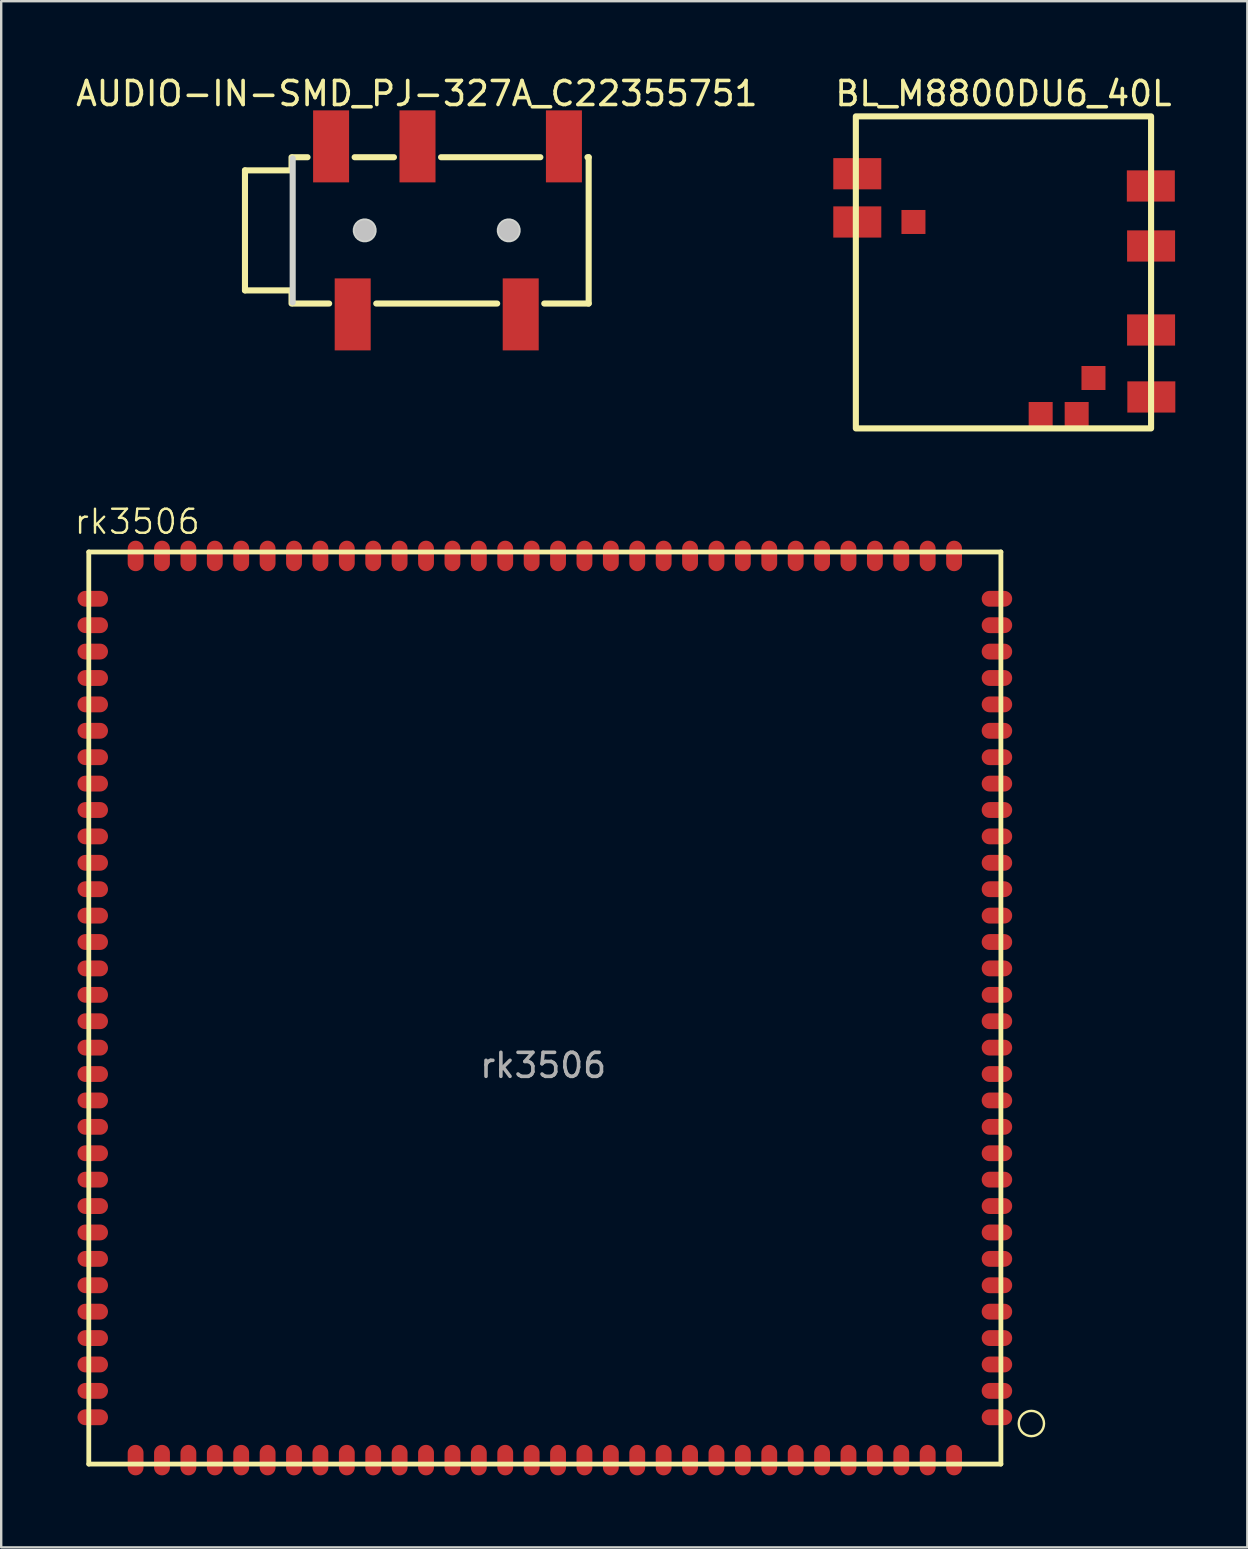
<source format=kicad_pcb>
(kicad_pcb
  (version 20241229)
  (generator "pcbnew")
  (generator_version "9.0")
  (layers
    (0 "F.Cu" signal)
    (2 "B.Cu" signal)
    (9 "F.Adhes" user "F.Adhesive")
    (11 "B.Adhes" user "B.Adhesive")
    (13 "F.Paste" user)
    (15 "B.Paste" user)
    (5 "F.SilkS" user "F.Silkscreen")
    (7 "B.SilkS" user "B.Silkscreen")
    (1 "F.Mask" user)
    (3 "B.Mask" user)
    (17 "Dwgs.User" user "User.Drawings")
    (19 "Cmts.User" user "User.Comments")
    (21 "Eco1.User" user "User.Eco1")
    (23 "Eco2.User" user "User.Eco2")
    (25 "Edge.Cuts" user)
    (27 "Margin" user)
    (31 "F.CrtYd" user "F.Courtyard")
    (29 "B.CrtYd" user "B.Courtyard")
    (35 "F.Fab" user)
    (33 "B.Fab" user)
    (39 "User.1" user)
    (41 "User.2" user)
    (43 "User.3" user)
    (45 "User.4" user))
  (footprint "BL_M8800DU6_40L"
    (layer "F.Cu")
    (at 32.606 1.798)
    (property "Reference" "BL_M8800DU6_40L" (at 6.15 -0.95 0) (layer "F.SilkS") (effects (font (size 1 1) (thickness 0.15))))
    (fp_rect (start 0 0) (end 12.3 13) (stroke (width 0.254) (type solid)) (fill no) (layer "F.SilkS"))
    (pad "1" smd rect (at 0.06 2.39) (size 2 1.3) (layers "F.Cu" "F.Mask" "F.Paste"))
    (pad "2" smd rect (at 0.06 4.4) (size 2 1.3) (layers "F.Cu" "F.Mask" "F.Paste"))
    (pad "3" smd rect (at 12.31 11.69) (size 2 1.3) (layers "F.Cu" "F.Mask" "F.Paste"))
    (pad "4" smd rect (at 12.3 8.9) (size 2 1.3) (layers "F.Cu" "F.Mask" "F.Paste"))
    (pad "5" smd rect (at 12.3 5.4) (size 2 1.3) (layers "F.Cu" "F.Mask" "F.Paste"))
    (pad "6" smd rect (at 12.29 2.9) (size 2 1.3) (layers "F.Cu" "F.Mask" "F.Paste"))
    (pad "7" smd rect (at 2.4 4.4) (size 1 1) (layers "F.Cu" "F.Mask" "F.Paste"))
    (pad "8" smd rect (at 9.9 10.9) (size 1 1) (layers "F.Cu" "F.Mask" "F.Paste"))
    (pad "9" smd rect (at 7.7 12.4) (size 1 1) (layers "F.Cu" "F.Mask" "F.Paste"))
    (pad "10" smd rect (at 9.2 12.4) (size 1 1) (layers "F.Cu" "F.Mask" "F.Paste")))
  (footprint "AUDIO-IN-SMD_PJ-327A_C22355751"
    (layer "F.Cu")
    (at 15.594 6.548)
    (property "Reference" "AUDIO-IN-SMD_PJ-327A_C22355751" (at -1.278 -5.7 0) (layer "F.SilkS") (effects (font (size 1 1) (thickness 0.15))))
    (fp_line (start -8.438 -2.5) (end -8.438 2.5) (stroke (width 0.254) (type default)) (layer "F.SilkS"))
    (fp_line (start -8.438 -2.5) (end -6.498 -2.5) (stroke (width 0.254) (type default)) (layer "F.SilkS"))
    (fp_line (start -8.438 2.5) (end -6.498 2.5) (stroke (width 0.254) (type default)) (layer "F.SilkS"))
    (fp_line (start -6.498 -2.5) (end -6.498 -3.048) (stroke (width 0.254) (type default)) (layer "F.SilkS"))
    (fp_line (start -6.498 2.5) (end -6.498 3.048) (stroke (width 0.254) (type default)) (layer "F.SilkS"))
    (fp_line (start -6.438 -3.048) (end -5.831 -3.048) (stroke (width 0.254) (type default)) (layer "F.SilkS"))
    (fp_line (start -4.931 3.048) (end -6.438 3.048) (stroke (width 0.254) (type default)) (layer "F.SilkS"))
    (fp_line (start -3.869 -3.048) (end -2.231 -3.048) (stroke (width 0.254) (type default)) (layer "F.SilkS"))
    (fp_line (start -0.269 -3.048) (end 3.869 -3.048) (stroke (width 0.254) (type default)) (layer "F.SilkS"))
    (fp_line (start 2.069 3.048) (end -2.969 3.048) (stroke (width 0.254) (type default)) (layer "F.SilkS"))
    (fp_line (start 5.831 -3.048) (end 5.881 -3.048) (stroke (width 0.254) (type default)) (layer "F.SilkS"))
    (fp_line (start 5.881 -3.048) (end 5.881 3.048) (stroke (width 0.254) (type default)) (layer "F.SilkS"))
    (fp_line (start 5.881 3.048) (end 4.031 3.048) (stroke (width 0.254) (type default)) (layer "F.SilkS"))
    (fp_circle (center -3.45 0) (end -3.237 0) (stroke (width 0.425) (type default)) (fill no) (layer "Dwgs.User"))
    (fp_circle (center 2.55 0) (end 2.763 0) (stroke (width 0.425) (type default)) (fill no) (layer "Dwgs.User"))
    (fp_line (start -6.45 -3) (end -6.45 3) (stroke (width 0.254) (type default)) (layer "Edge.Cuts"))
    (fp_poly (pts (xy -2.954 -0.065) (xy -2.988 -0.191) (xy -3.053 -0.304) (xy -3.146 -0.397) (xy -3.259 -0.462) (xy -3.385 -0.496) (xy -3.515 -0.496) (xy -3.641 -0.462) (xy -3.754 -0.397) (xy -3.847 -0.304) (xy -3.912 -0.191) (xy -3.946 -0.065) (xy -3.946 0.065) (xy -3.912 0.191) (xy -3.847 0.304) (xy -3.754 0.397) (xy -3.641 0.462) (xy -3.515 0.496) (xy -3.385 0.496) (xy -3.259 0.462) (xy -3.146 0.397) (xy -3.053 0.304) (xy -2.988 0.191) (xy -2.954 0.065)) (stroke (width 0) (type default)) (fill yes) (layer "Edge.Cuts"))
    (fp_poly (pts (xy 3.046 -0.065) (xy 3.012 -0.191) (xy 2.947 -0.304) (xy 2.854 -0.397) (xy 2.741 -0.462) (xy 2.615 -0.496) (xy 2.485 -0.496) (xy 2.359 -0.462) (xy 2.246 -0.397) (xy 2.153 -0.304) (xy 2.088 -0.191) (xy 2.054 -0.065) (xy 2.054 0.065) (xy 2.088 0.191) (xy 2.153 0.304) (xy 2.246 0.397) (xy 2.359 0.462) (xy 2.485 0.496) (xy 2.615 0.496) (xy 2.741 0.462) (xy 2.854 0.397) (xy 2.947 0.304) (xy 3.012 0.191) (xy 3.046 0.065)) (stroke (width 0) (type default)) (fill yes) (layer "Edge.Cuts"))
    (fp_poly (pts (xy -5.35 -4.6) (xy -4.35 -4.6) (xy -4.35 -2.6) (xy -5.35 -2.6)) (stroke (width 0.1) (type default)) (fill no) (layer "User.1"))
    (fp_poly (pts (xy -4.45 2.6) (xy -3.45 2.6) (xy -3.45 4.6) (xy -4.45 4.6)) (stroke (width 0.1) (type default)) (fill no) (layer "User.1"))
    (fp_poly (pts (xy -1.75 -4.6) (xy -0.75 -4.6) (xy -0.75 -2.6) (xy -1.75 -2.6)) (stroke (width 0.1) (type default)) (fill no) (layer "User.1"))
    (fp_poly (pts (xy 2.55 2.6) (xy 3.55 2.6) (xy 3.55 4.6) (xy 2.55 4.6)) (stroke (width 0.1) (type default)) (fill no) (layer "User.1"))
    (fp_poly (pts (xy 4.35 -4.6) (xy 5.35 -4.6) (xy 5.35 -2.6) (xy 4.35 -2.6)) (stroke (width 0.1) (type default)) (fill no) (layer "User.1"))
    (fp_line (start -8.438 -2.5) (end -8.438 2.5) (stroke (width 0.051) (type default)) (layer "User.2"))
    (fp_line (start -8.438 2.5) (end -6.438 2.5) (stroke (width 0.051) (type default)) (layer "User.2"))
    (fp_line (start -6.438 -3) (end -6.438 -2.5) (stroke (width 0.051) (type default)) (layer "User.2"))
    (fp_line (start -6.438 -2.5) (end -8.438 -2.5) (stroke (width 0.051) (type default)) (layer "User.2"))
    (fp_line (start -6.438 2.5) (end -6.438 3) (stroke (width 0.051) (type default)) (layer "User.2"))
    (fp_line (start -6.438 3) (end 5.662 3) (stroke (width 0.051) (type default)) (layer "User.2"))
    (fp_line (start 5.662 -3) (end -6.438 -3) (stroke (width 0.051) (type default)) (layer "User.2"))
    (fp_line (start 5.662 3) (end 5.662 -3) (stroke (width 0.051) (type default)) (layer "User.2"))
    (fp_poly (pts (xy -8.383 -4.623) (xy -8.415 -4.655) (xy -8.461 -4.655) (xy -8.493 -4.623) (xy -8.493 -4.577) (xy -8.461 -4.545) (xy -8.415 -4.545) (xy -8.383 -4.577)) (stroke (width 0.1) (type default)) (fill no) (layer "User.3"))
    (pad "1" smd rect (at -4.85 -3.5) (size 1.5 3) (layers "F.Cu" "F.Mask" "F.Paste"))
    (pad "2" smd rect (at -1.25 -3.5) (size 1.5 3) (layers "F.Cu" "F.Mask" "F.Paste"))
    (pad "3" smd rect (at 3.05 3.5) (size 1.5 3) (layers "F.Cu" "F.Mask" "F.Paste"))
    (pad "4" smd rect (at 4.85 -3.5) (size 1.5 3) (layers "F.Cu" "F.Mask" "F.Paste"))
    (pad "5" smd rect (at -3.95 3.5) (size 1.5 3) (layers "F.Cu" "F.Mask" "F.Paste")))
  (footprint "rk3506"
    (layer "F.Cu")
    (at 19.629 38.996)
    (property "Reference" "rk3506" (at -16.96 -20.31 0) (unlocked yes) (layer "F.SilkS") (effects (font (size 1 1) (thickness 0.1))))
    (fp_line (start -18.98 -19.05) (end -18.98 18.95) (stroke (width 0.2) (type solid)) (layer "F.SilkS"))
    (fp_line (start -18.98 -19.05) (end 19.02 -19.05) (stroke (width 0.2) (type solid)) (layer "F.SilkS"))
    (fp_line (start -18.98 18.95) (end 19.02 18.95) (stroke (width 0.2) (type solid)) (layer "F.SilkS"))
    (fp_line (start 19.02 -19.05) (end 19.02 18.95) (stroke (width 0.2) (type solid)) (layer "F.SilkS"))
    (fp_circle (center 20.29 17.26) (end 19.88 16.93) (stroke (width 0.1) (type default)) (fill no) (layer "F.SilkS"))
    (fp_text user "${REFERENCE}" (at -0.05 2.34 0) (unlocked yes) (layer "F.Fab") (effects (font (size 1 1) (thickness 0.15))))
    (pad "1" smd oval (at 18.855 17) (size 1.27 0.66) (layers "F.Cu" "F.Mask" "F.Paste"))
    (pad "2" smd oval (at 18.855 15.9) (size 1.27 0.66) (layers "F.Cu" "F.Mask" "F.Paste"))
    (pad "3" smd oval (at 18.855 14.8) (size 1.27 0.66) (layers "F.Cu" "F.Mask" "F.Paste"))
    (pad "4" smd oval (at 18.855 13.7) (size 1.27 0.66) (layers "F.Cu" "F.Mask" "F.Paste"))
    (pad "5" smd oval (at 18.855 12.6) (size 1.27 0.66) (layers "F.Cu" "F.Mask" "F.Paste"))
    (pad "6" smd oval (at 18.855 11.5) (size 1.27 0.66) (layers "F.Cu" "F.Mask" "F.Paste"))
    (pad "7" smd oval (at 18.855 10.4) (size 1.27 0.66) (layers "F.Cu" "F.Mask" "F.Paste"))
    (pad "8" smd oval (at 18.855 9.3) (size 1.27 0.66) (layers "F.Cu" "F.Mask" "F.Paste"))
    (pad "9" smd oval (at 18.855 8.2) (size 1.27 0.66) (layers "F.Cu" "F.Mask" "F.Paste"))
    (pad "10" smd oval (at 18.855 7.1) (size 1.27 0.66) (layers "F.Cu" "F.Mask" "F.Paste"))
    (pad "11" smd oval (at 18.855 6) (size 1.27 0.66) (layers "F.Cu" "F.Mask" "F.Paste"))
    (pad "12" smd oval (at 18.855 4.9) (size 1.27 0.66) (layers "F.Cu" "F.Mask" "F.Paste"))
    (pad "13" smd oval (at 18.855 3.8) (size 1.27 0.66) (layers "F.Cu" "F.Mask" "F.Paste"))
    (pad "14" smd oval (at 18.855 2.7) (size 1.27 0.66) (layers "F.Cu" "F.Mask" "F.Paste"))
    (pad "15" smd oval (at 18.855 1.6) (size 1.27 0.66) (layers "F.Cu" "F.Mask" "F.Paste"))
    (pad "16" smd oval (at 18.855 0.5) (size 1.27 0.66) (layers "F.Cu" "F.Mask" "F.Paste"))
    (pad "17" smd oval (at 18.855 -0.6) (size 1.27 0.66) (layers "F.Cu" "F.Mask" "F.Paste"))
    (pad "18" smd oval (at 18.855 -1.7) (size 1.27 0.66) (layers "F.Cu" "F.Mask" "F.Paste"))
    (pad "19" smd oval (at 18.855 -2.8) (size 1.27 0.66) (layers "F.Cu" "F.Mask" "F.Paste"))
    (pad "20" smd oval (at 18.855 -3.9) (size 1.27 0.66) (layers "F.Cu" "F.Mask" "F.Paste"))
    (pad "21" smd oval (at 18.855 -5) (size 1.27 0.66) (layers "F.Cu" "F.Mask" "F.Paste"))
    (pad "22" smd oval (at 18.855 -6.1) (size 1.27 0.66) (layers "F.Cu" "F.Mask" "F.Paste"))
    (pad "23" smd oval (at 18.855 -7.2) (size 1.27 0.66) (layers "F.Cu" "F.Mask" "F.Paste"))
    (pad "24" smd oval (at 18.855 -8.3) (size 1.27 0.66) (layers "F.Cu" "F.Mask" "F.Paste"))
    (pad "25" smd oval (at 18.855 -9.4) (size 1.27 0.66) (layers "F.Cu" "F.Mask" "F.Paste"))
    (pad "26" smd oval (at 18.855 -10.5) (size 1.27 0.66) (layers "F.Cu" "F.Mask" "F.Paste"))
    (pad "27" smd oval (at 18.855 -11.6) (size 1.27 0.66) (layers "F.Cu" "F.Mask" "F.Paste"))
    (pad "28" smd oval (at 18.855 -12.7) (size 1.27 0.66) (layers "F.Cu" "F.Mask" "F.Paste"))
    (pad "29" smd oval (at 18.855 -13.8) (size 1.27 0.66) (layers "F.Cu" "F.Mask" "F.Paste"))
    (pad "30" smd oval (at 18.855 -14.9) (size 1.27 0.66) (layers "F.Cu" "F.Mask" "F.Paste"))
    (pad "31" smd oval (at 18.855 -16) (size 1.27 0.66) (layers "F.Cu" "F.Mask" "F.Paste"))
    (pad "32" smd oval (at 18.855 -17.1) (size 1.27 0.66) (layers "F.Cu" "F.Mask" "F.Paste"))
    (pad "33" smd oval (at 17.07 -18.885) (size 0.66 1.27) (layers "F.Cu" "F.Mask" "F.Paste"))
    (pad "34" smd oval (at 15.97 -18.885) (size 0.66 1.27) (layers "F.Cu" "F.Mask" "F.Paste"))
    (pad "35" smd oval (at 14.87 -18.885) (size 0.66 1.27) (layers "F.Cu" "F.Mask" "F.Paste"))
    (pad "36" smd oval (at 13.77 -18.885) (size 0.66 1.27) (layers "F.Cu" "F.Mask" "F.Paste"))
    (pad "37" smd oval (at 12.67 -18.885) (size 0.66 1.27) (layers "F.Cu" "F.Mask" "F.Paste"))
    (pad "38" smd oval (at 11.57 -18.885) (size 0.66 1.27) (layers "F.Cu" "F.Mask" "F.Paste"))
    (pad "39" smd oval (at 10.47 -18.885) (size 0.66 1.27) (layers "F.Cu" "F.Mask" "F.Paste"))
    (pad "40" smd oval (at 9.37 -18.885) (size 0.66 1.27) (layers "F.Cu" "F.Mask" "F.Paste"))
    (pad "41" smd oval (at 8.27 -18.885) (size 0.66 1.27) (layers "F.Cu" "F.Mask" "F.Paste"))
    (pad "42" smd oval (at 7.17 -18.885) (size 0.66 1.27) (layers "F.Cu" "F.Mask" "F.Paste"))
    (pad "43" smd oval (at 6.07 -18.885) (size 0.66 1.27) (layers "F.Cu" "F.Mask" "F.Paste"))
    (pad "44" smd oval (at 4.97 -18.885) (size 0.66 1.27) (layers "F.Cu" "F.Mask" "F.Paste"))
    (pad "45" smd oval (at 3.87 -18.885) (size 0.66 1.27) (layers "F.Cu" "F.Mask" "F.Paste"))
    (pad "46" smd oval (at 2.77 -18.885) (size 0.66 1.27) (layers "F.Cu" "F.Mask" "F.Paste"))
    (pad "47" smd oval (at 1.67 -18.885) (size 0.66 1.27) (layers "F.Cu" "F.Mask" "F.Paste"))
    (pad "48" smd oval (at 0.57 -18.885) (size 0.66 1.27) (layers "F.Cu" "F.Mask" "F.Paste"))
    (pad "49" smd oval (at -0.53 -18.885) (size 0.66 1.27) (layers "F.Cu" "F.Mask" "F.Paste"))
    (pad "50" smd oval (at -1.63 -18.885) (size 0.66 1.27) (layers "F.Cu" "F.Mask" "F.Paste"))
    (pad "51" smd oval (at -2.73 -18.885) (size 0.66 1.27) (layers "F.Cu" "F.Mask" "F.Paste"))
    (pad "52" smd oval (at -3.83 -18.885) (size 0.66 1.27) (layers "F.Cu" "F.Mask" "F.Paste"))
    (pad "53" smd oval (at -4.93 -18.885) (size 0.66 1.27) (layers "F.Cu" "F.Mask" "F.Paste"))
    (pad "54" smd oval (at -6.03 -18.885) (size 0.66 1.27) (layers "F.Cu" "F.Mask" "F.Paste"))
    (pad "55" smd oval (at -7.13 -18.885) (size 0.66 1.27) (layers "F.Cu" "F.Mask" "F.Paste"))
    (pad "56" smd oval (at -8.23 -18.885) (size 0.66 1.27) (layers "F.Cu" "F.Mask" "F.Paste"))
    (pad "57" smd oval (at -9.33 -18.885) (size 0.66 1.27) (layers "F.Cu" "F.Mask" "F.Paste"))
    (pad "58" smd oval (at -10.43 -18.885) (size 0.66 1.27) (layers "F.Cu" "F.Mask" "F.Paste"))
    (pad "59" smd oval (at -11.53 -18.885) (size 0.66 1.27) (layers "F.Cu" "F.Mask" "F.Paste"))
    (pad "60" smd oval (at -12.63 -18.885) (size 0.66 1.27) (layers "F.Cu" "F.Mask" "F.Paste"))
    (pad "61" smd oval (at -13.73 -18.885) (size 0.66 1.27) (layers "F.Cu" "F.Mask" "F.Paste"))
    (pad "62" smd oval (at -14.83 -18.885) (size 0.66 1.27) (layers "F.Cu" "F.Mask" "F.Paste"))
    (pad "63" smd oval (at -15.93 -18.885) (size 0.66 1.27) (layers "F.Cu" "F.Mask" "F.Paste"))
    (pad "64" smd oval (at -17.03 -18.885) (size 0.66 1.27) (layers "F.Cu" "F.Mask" "F.Paste"))
    (pad "65" smd oval (at -18.815 -17.1) (size 1.27 0.66) (layers "F.Cu" "F.Mask" "F.Paste"))
    (pad "66" smd oval (at -18.815 -16) (size 1.27 0.66) (layers "F.Cu" "F.Mask" "F.Paste"))
    (pad "67" smd oval (at -18.815 -14.9) (size 1.27 0.66) (layers "F.Cu" "F.Mask" "F.Paste"))
    (pad "68" smd oval (at -18.815 -13.8) (size 1.27 0.66) (layers "F.Cu" "F.Mask" "F.Paste"))
    (pad "69" smd oval (at -18.815 -12.7) (size 1.27 0.66) (layers "F.Cu" "F.Mask" "F.Paste"))
    (pad "70" smd oval (at -18.815 -11.6) (size 1.27 0.66) (layers "F.Cu" "F.Mask" "F.Paste"))
    (pad "71" smd oval (at -18.815 -10.5) (size 1.27 0.66) (layers "F.Cu" "F.Mask" "F.Paste"))
    (pad "72" smd oval (at -18.815 -9.4) (size 1.27 0.66) (layers "F.Cu" "F.Mask" "F.Paste"))
    (pad "73" smd oval (at -18.815 -8.3) (size 1.27 0.66) (layers "F.Cu" "F.Mask" "F.Paste"))
    (pad "74" smd oval (at -18.815 -7.2) (size 1.27 0.66) (layers "F.Cu" "F.Mask" "F.Paste"))
    (pad "75" smd oval (at -18.815 -6.1) (size 1.27 0.66) (layers "F.Cu" "F.Mask" "F.Paste"))
    (pad "76" smd oval (at -18.815 -5) (size 1.27 0.66) (layers "F.Cu" "F.Mask" "F.Paste"))
    (pad "77" smd oval (at -18.815 -3.9) (size 1.27 0.66) (layers "F.Cu" "F.Mask" "F.Paste"))
    (pad "78" smd oval (at -18.815 -2.8) (size 1.27 0.66) (layers "F.Cu" "F.Mask" "F.Paste"))
    (pad "79" smd oval (at -18.815 -1.7) (size 1.27 0.66) (layers "F.Cu" "F.Mask" "F.Paste"))
    (pad "80" smd oval (at -18.815 -0.6) (size 1.27 0.66) (layers "F.Cu" "F.Mask" "F.Paste"))
    (pad "81" smd oval (at -18.815 0.5) (size 1.27 0.66) (layers "F.Cu" "F.Mask" "F.Paste"))
    (pad "82" smd oval (at -18.815 1.6) (size 1.27 0.66) (layers "F.Cu" "F.Mask" "F.Paste"))
    (pad "83" smd oval (at -18.815 2.7) (size 1.27 0.66) (layers "F.Cu" "F.Mask" "F.Paste"))
    (pad "84" smd oval (at -18.815 3.8) (size 1.27 0.66) (layers "F.Cu" "F.Mask" "F.Paste"))
    (pad "85" smd oval (at -18.815 4.9) (size 1.27 0.66) (layers "F.Cu" "F.Mask" "F.Paste"))
    (pad "86" smd oval (at -18.815 6) (size 1.27 0.66) (layers "F.Cu" "F.Mask" "F.Paste"))
    (pad "87" smd oval (at -18.815 7.1) (size 1.27 0.66) (layers "F.Cu" "F.Mask" "F.Paste"))
    (pad "88" smd oval (at -18.815 8.2) (size 1.27 0.66) (layers "F.Cu" "F.Mask" "F.Paste"))
    (pad "89" smd oval (at -18.815 9.3) (size 1.27 0.66) (layers "F.Cu" "F.Mask" "F.Paste"))
    (pad "90" smd oval (at -18.815 10.4) (size 1.27 0.66) (layers "F.Cu" "F.Mask" "F.Paste"))
    (pad "91" smd oval (at -18.815 11.5) (size 1.27 0.66) (layers "F.Cu" "F.Mask" "F.Paste"))
    (pad "92" smd oval (at -18.815 12.6) (size 1.27 0.66) (layers "F.Cu" "F.Mask" "F.Paste"))
    (pad "93" smd oval (at -18.815 13.7) (size 1.27 0.66) (layers "F.Cu" "F.Mask" "F.Paste"))
    (pad "94" smd oval (at -18.815 14.8) (size 1.27 0.66) (layers "F.Cu" "F.Mask" "F.Paste"))
    (pad "95" smd oval (at -18.815 15.9) (size 1.27 0.66) (layers "F.Cu" "F.Mask" "F.Paste"))
    (pad "96" smd oval (at -18.815 17) (size 1.27 0.66) (layers "F.Cu" "F.Mask" "F.Paste"))
    (pad "97" smd oval (at -17.03 18.785) (size 0.66 1.27) (layers "F.Cu" "F.Mask" "F.Paste"))
    (pad "98" smd oval (at -15.93 18.785) (size 0.66 1.27) (layers "F.Cu" "F.Mask" "F.Paste"))
    (pad "99" smd oval (at -14.83 18.785) (size 0.66 1.27) (layers "F.Cu" "F.Mask" "F.Paste"))
    (pad "100" smd oval (at -13.73 18.785) (size 0.66 1.27) (layers "F.Cu" "F.Mask" "F.Paste"))
    (pad "101" smd oval (at -12.63 18.785) (size 0.66 1.27) (layers "F.Cu" "F.Mask" "F.Paste"))
    (pad "102" smd oval (at -11.53 18.785) (size 0.66 1.27) (layers "F.Cu" "F.Mask" "F.Paste"))
    (pad "103" smd oval (at -10.43 18.785) (size 0.66 1.27) (layers "F.Cu" "F.Mask" "F.Paste"))
    (pad "104" smd oval (at -9.33 18.785) (size 0.66 1.27) (layers "F.Cu" "F.Mask" "F.Paste"))
    (pad "105" smd oval (at -8.23 18.785) (size 0.66 1.27) (layers "F.Cu" "F.Mask" "F.Paste"))
    (pad "106" smd oval (at -7.13 18.785) (size 0.66 1.27) (layers "F.Cu" "F.Mask" "F.Paste"))
    (pad "107" smd oval (at -6.03 18.785) (size 0.66 1.27) (layers "F.Cu" "F.Mask" "F.Paste"))
    (pad "108" smd oval (at -4.93 18.785) (size 0.66 1.27) (layers "F.Cu" "F.Mask" "F.Paste"))
    (pad "109" smd oval (at -3.83 18.785) (size 0.66 1.27) (layers "F.Cu" "F.Mask" "F.Paste"))
    (pad "110" smd oval (at -2.73 18.785) (size 0.66 1.27) (layers "F.Cu" "F.Mask" "F.Paste"))
    (pad "111" smd oval (at -1.63 18.785) (size 0.66 1.27) (layers "F.Cu" "F.Mask" "F.Paste"))
    (pad "112" smd oval (at -0.53 18.785) (size 0.66 1.27) (layers "F.Cu" "F.Mask" "F.Paste"))
    (pad "113" smd oval (at 0.57 18.785) (size 0.66 1.27) (layers "F.Cu" "F.Mask" "F.Paste"))
    (pad "114" smd oval (at 1.67 18.785) (size 0.66 1.27) (layers "F.Cu" "F.Mask" "F.Paste"))
    (pad "115" smd oval (at 2.77 18.785) (size 0.66 1.27) (layers "F.Cu" "F.Mask" "F.Paste"))
    (pad "116" smd oval (at 3.87 18.785) (size 0.66 1.27) (layers "F.Cu" "F.Mask" "F.Paste"))
    (pad "117" smd oval (at 4.97 18.785) (size 0.66 1.27) (layers "F.Cu" "F.Mask" "F.Paste"))
    (pad "118" smd oval (at 6.07 18.785) (size 0.66 1.27) (layers "F.Cu" "F.Mask" "F.Paste"))
    (pad "119" smd oval (at 7.17 18.785) (size 0.66 1.27) (layers "F.Cu" "F.Mask" "F.Paste"))
    (pad "120" smd oval (at 8.27 18.785) (size 0.66 1.27) (layers "F.Cu" "F.Mask" "F.Paste"))
    (pad "121" smd oval (at 9.37 18.785) (size 0.66 1.27) (layers "F.Cu" "F.Mask" "F.Paste"))
    (pad "122" smd oval (at 10.47 18.785) (size 0.66 1.27) (layers "F.Cu" "F.Mask" "F.Paste"))
    (pad "123" smd oval (at 11.57 18.785) (size 0.66 1.27) (layers "F.Cu" "F.Mask" "F.Paste"))
    (pad "124" smd oval (at 12.67 18.785) (size 0.66 1.27) (layers "F.Cu" "F.Mask" "F.Paste"))
    (pad "125" smd oval (at 13.77 18.785) (size 0.66 1.27) (layers "F.Cu" "F.Mask" "F.Paste"))
    (pad "126" smd oval (at 14.87 18.785) (size 0.66 1.27) (layers "F.Cu" "F.Mask" "F.Paste"))
    (pad "127" smd oval (at 15.97 18.785) (size 0.66 1.27) (layers "F.Cu" "F.Mask" "F.Paste"))
    (pad "128" smd oval (at 17.07 18.785) (size 0.66 1.27) (layers "F.Cu" "F.Mask" "F.Paste")))
  (gr_rect
    (start -3 -3)
    (end 48.916 61.416)
    (stroke (width 0.1) (type default))
    (fill no)
    (layer "Edge.Cuts")))
</source>
